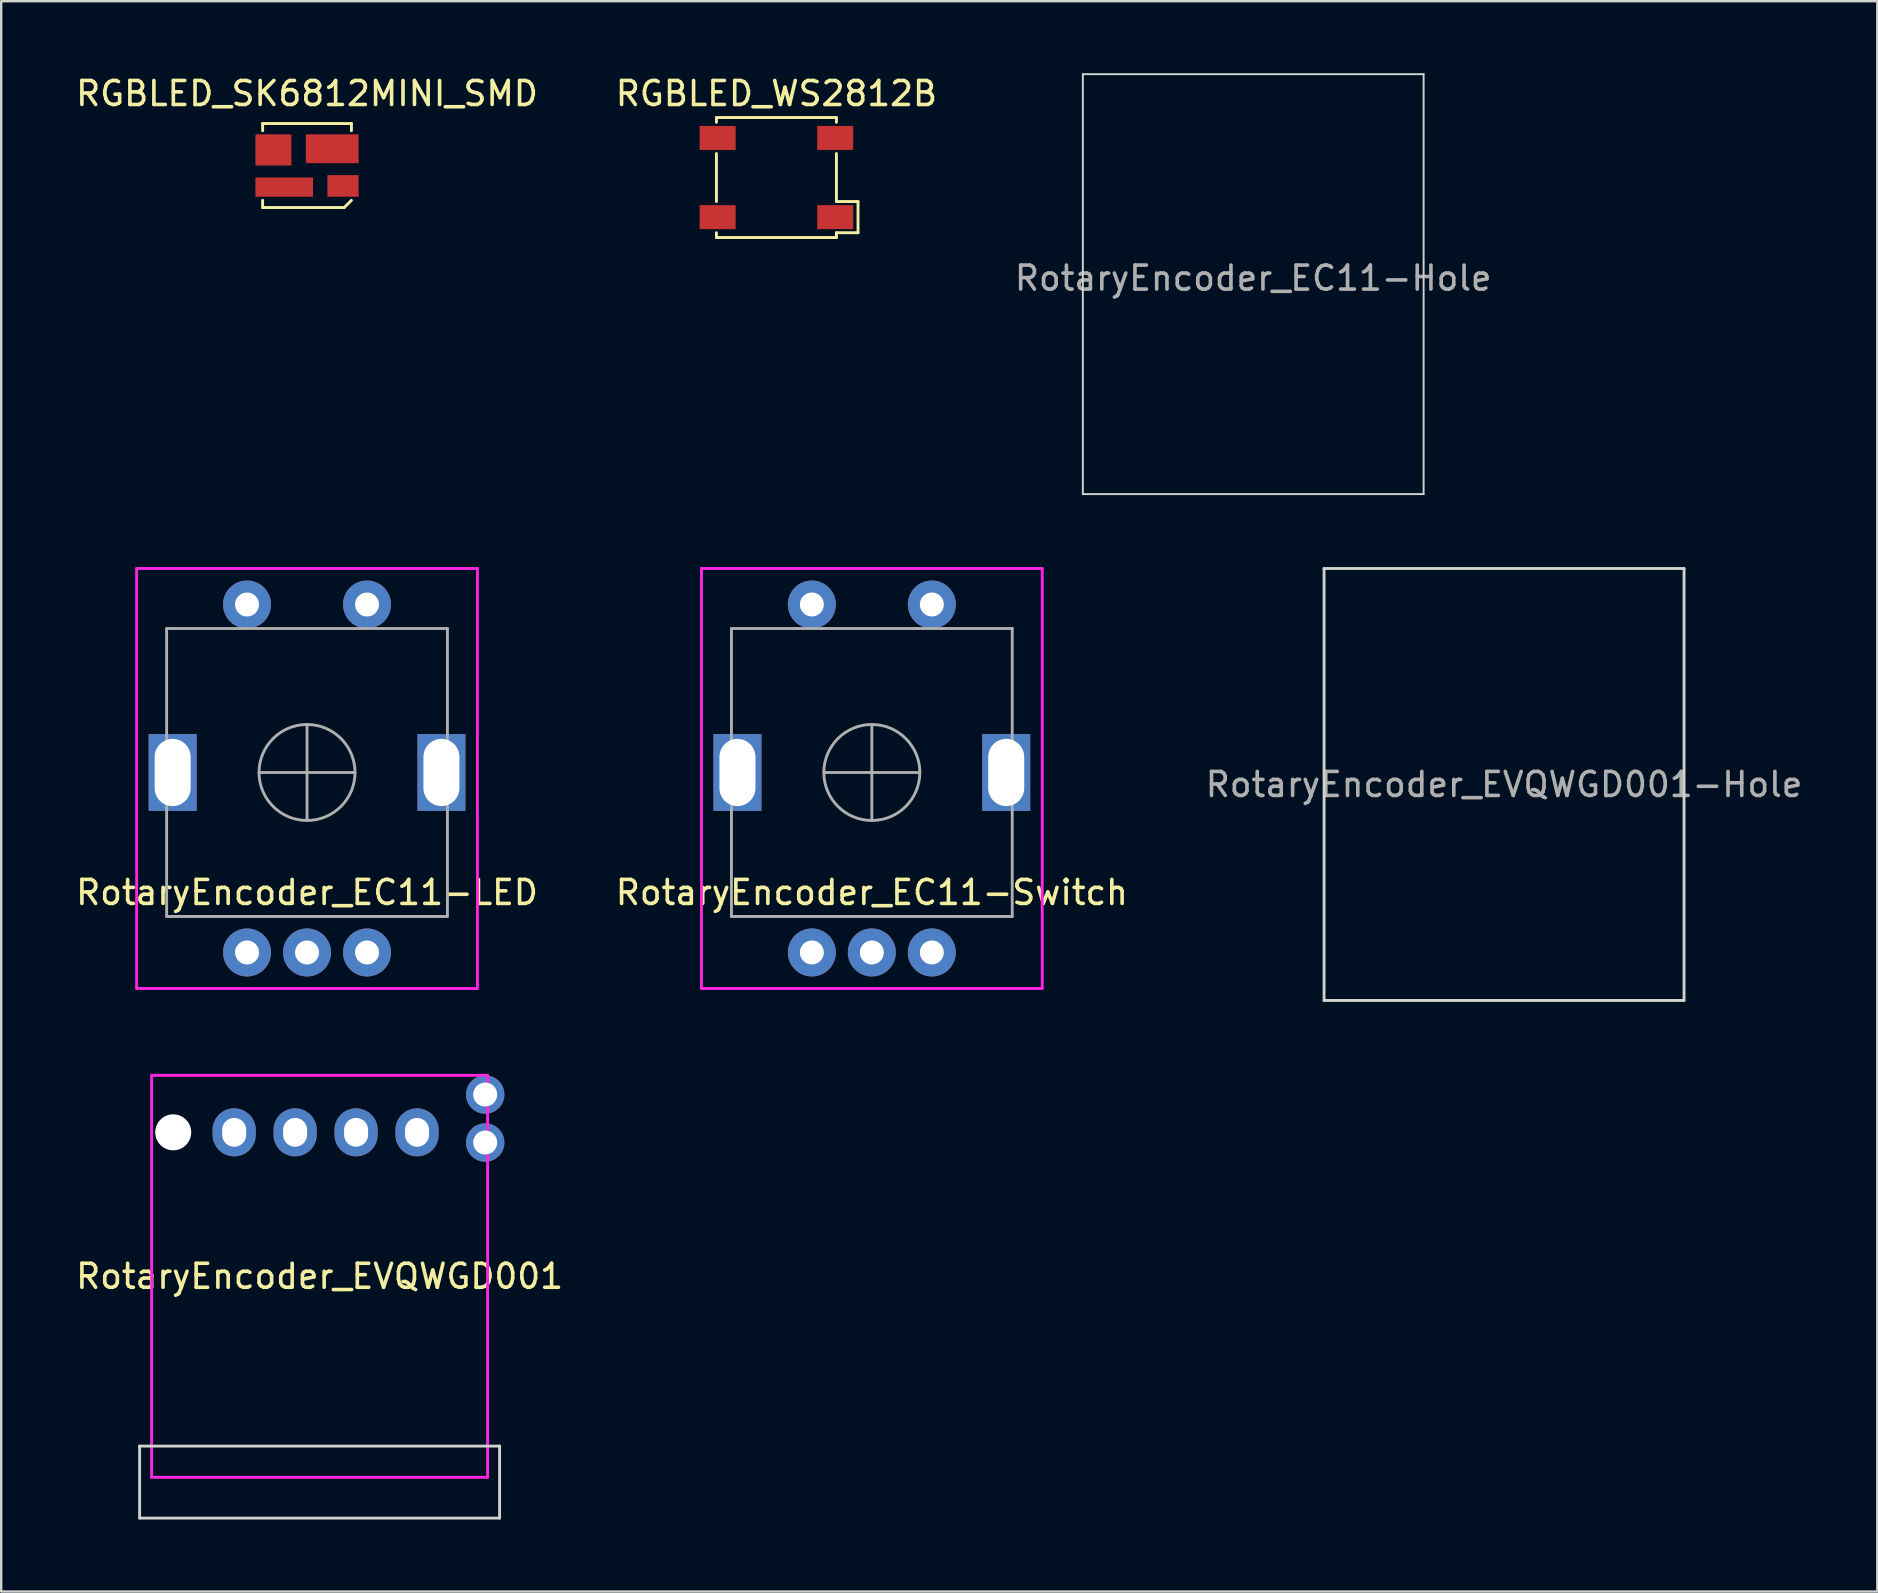
<source format=kicad_pcb>
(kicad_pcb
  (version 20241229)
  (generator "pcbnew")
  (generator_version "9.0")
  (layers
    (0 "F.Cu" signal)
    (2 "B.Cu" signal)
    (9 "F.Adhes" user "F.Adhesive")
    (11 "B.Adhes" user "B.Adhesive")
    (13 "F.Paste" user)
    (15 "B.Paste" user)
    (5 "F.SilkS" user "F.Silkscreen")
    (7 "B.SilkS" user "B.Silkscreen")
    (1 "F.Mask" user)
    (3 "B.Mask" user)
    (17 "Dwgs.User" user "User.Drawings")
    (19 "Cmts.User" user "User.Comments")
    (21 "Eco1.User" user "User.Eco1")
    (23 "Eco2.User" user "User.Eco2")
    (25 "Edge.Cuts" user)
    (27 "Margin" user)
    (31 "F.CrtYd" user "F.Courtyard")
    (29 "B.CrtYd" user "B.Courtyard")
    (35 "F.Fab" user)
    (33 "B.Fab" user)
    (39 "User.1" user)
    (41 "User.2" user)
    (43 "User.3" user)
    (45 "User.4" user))
  (footprint "RotaryEncoder_EC11-Hole"
    (layer "F.Cu")
    (at 49.173 8.54)
    (property "Reference" "RotaryEncoder_EC11-Hole" (at 0 0 0) (layer "F.Fab") (effects (font (size 1 1) (thickness 0.15))))
    (attr through_hole)
    (fp_line (start -7.1 -8.5) (end 7.1 -8.5) (stroke (width 0.08) (type solid)) (layer "Edge.Cuts"))
    (fp_line (start -7.1 9) (end -7.1 -8.5) (stroke (width 0.08) (type solid)) (layer "Edge.Cuts"))
    (fp_line (start 7.1 -8.5) (end 7.1 9) (stroke (width 0.08) (type solid)) (layer "Edge.Cuts"))
    (fp_line (start 7.1 9) (end -7.1 9) (stroke (width 0.08) (type solid)) (layer "Edge.Cuts")))
  (footprint "RGBLED_WS2812B"
    (layer "F.Cu")
    (at 29.304 4.348)
    (property "Reference" "RGBLED_WS2812B" (at 0 -3.5 0) (layer "F.SilkS") (effects (font (size 1 1) (thickness 0.15))))
    (attr smd)
    (fp_line (start -2.5 -2.5) (end -2.5 -2.3) (stroke (width 0.12) (type solid)) (layer "F.SilkS"))
    (fp_line (start -2.5 -2.5) (end 2.5 -2.5) (stroke (width 0.12) (type solid)) (layer "F.SilkS"))
    (fp_line (start -2.5 -1) (end -2.5 1) (stroke (width 0.12) (type solid)) (layer "F.SilkS"))
    (fp_line (start -2.5 2.5) (end -2.5 2.3) (stroke (width 0.12) (type solid)) (layer "F.SilkS"))
    (fp_line (start 2.5 -2.5) (end 2.5 -2.3) (stroke (width 0.12) (type solid)) (layer "F.SilkS"))
    (fp_line (start 2.5 -1) (end 2.5 1) (stroke (width 0.12) (type solid)) (layer "F.SilkS"))
    (fp_line (start 2.5 1) (end 3.4 1) (stroke (width 0.12) (type solid)) (layer "F.SilkS"))
    (fp_line (start 2.5 2.5) (end -2.5 2.5) (stroke (width 0.12) (type solid)) (layer "F.SilkS"))
    (fp_line (start 2.5 2.5) (end 2.5 2.3) (stroke (width 0.12) (type solid)) (layer "F.SilkS"))
    (fp_line (start 3.4 1) (end 3.4 2.3) (stroke (width 0.12) (type solid)) (layer "F.SilkS"))
    (fp_line (start 3.4 2.3) (end 2.5 2.3) (stroke (width 0.12) (type solid)) (layer "F.SilkS"))
    (pad "1" smd rect (at -2.45 -1.65) (size 1.5 1) (layers "F.Cu" "F.Mask" "F.Paste"))
    (pad "2" smd rect (at -2.45 1.65) (size 1.5 1) (layers "F.Cu" "F.Mask" "F.Paste"))
    (pad "3" smd rect (at 2.45 1.65) (size 1.5 1) (layers "F.Cu" "F.Mask" "F.Paste"))
    (pad "4" smd rect (at 2.45 -1.65) (size 1.5 1) (layers "F.Cu" "F.Mask" "F.Paste")))
  (footprint "RotaryEncoder_EC11-Switch"
    (layer "F.Cu")
    (at 33.28 29.14)
    (property "Reference" "RotaryEncoder_EC11-Switch" (at 0 5 0) (layer "F.SilkS") (effects (font (size 1 1) (thickness 0.15))))
    (attr through_hole)
    (fp_line (start -7.1 -8.5) (end 7.1 -8.5) (stroke (width 0.12) (type solid)) (layer "F.CrtYd"))
    (fp_line (start -7.1 9) (end -7.1 -8.5) (stroke (width 0.12) (type solid)) (layer "F.CrtYd"))
    (fp_line (start 7.1 -8.5) (end 7.1 9) (stroke (width 0.12) (type solid)) (layer "F.CrtYd"))
    (fp_line (start 7.1 9) (end -7.1 9) (stroke (width 0.12) (type solid)) (layer "F.CrtYd"))
    (fp_line (start -5.85 -6) (end 5.85 -6) (stroke (width 0.12) (type solid)) (layer "F.Fab"))
    (fp_line (start -5.85 6) (end -5.85 -6) (stroke (width 0.12) (type solid)) (layer "F.Fab"))
    (fp_line (start -2 0) (end 2 0) (stroke (width 0.12) (type solid)) (layer "F.Fab"))
    (fp_line (start 0 -2) (end 0 2) (stroke (width 0.12) (type solid)) (layer "F.Fab"))
    (fp_line (start 5.85 -6) (end 5.85 6) (stroke (width 0.12) (type solid)) (layer "F.Fab"))
    (fp_line (start 5.85 6) (end -5.85 6) (stroke (width 0.12) (type solid)) (layer "F.Fab"))
    (fp_circle (center 0 0) (end 2 0) (stroke (width 0.12) (type solid)) (fill no) (layer "F.Fab"))
    (pad "A" thru_hole circle (at -2.5 7.5) (size 2 2) (drill 1) (layers "*.Cu" "*.Mask"))
    (pad "B" thru_hole circle (at 2.5 7.5) (size 2 2) (drill 1) (layers "*.Cu" "*.Mask"))
    (pad "C" thru_hole circle (at 0 7.5) (size 2 2) (drill 1) (layers "*.Cu" "*.Mask"))
    (pad "MP" thru_hole rect (at -5.6 0) (size 2 3.2) (drill oval 1.5 2.8) (layers "*.Cu" "*.Mask"))
    (pad "MP" thru_hole rect (at 5.6 0) (size 2 3.2) (drill oval 1.5 2.8) (layers "*.Cu" "*.Mask"))
    (pad "S1" thru_hole circle (at -2.5 -7) (size 2 2) (drill 1) (layers "*.Cu" "*.Mask"))
    (pad "S2" thru_hole circle (at 2.5 -7) (size 2 2) (drill 1) (layers "*.Cu" "*.Mask")))
  (footprint "RotaryEncoder_EVQWGD001-Hole"
    (layer "F.Cu")
    (at 59.625 29.64)
    (property "Reference" "RotaryEncoder_EVQWGD001-Hole" (at 0 0 0) (layer "F.Fab") (effects (font (size 1 1) (thickness 0.15))))
    (attr through_hole)
    (fp_line (start -7.5 -9) (end 7.5 -9) (stroke (width 0.12) (type solid)) (layer "Edge.Cuts"))
    (fp_line (start -7.5 9) (end -7.5 -9) (stroke (width 0.12) (type solid)) (layer "Edge.Cuts"))
    (fp_line (start 7.5 -9) (end 7.5 9) (stroke (width 0.12) (type solid)) (layer "Edge.Cuts"))
    (fp_line (start 7.5 9) (end -7.5 9) (stroke (width 0.12) (type solid)) (layer "Edge.Cuts")))
  (footprint "RGBLED_SK6812MINI_SMD"
    (layer "F.Cu")
    (at 9.744 3.848)
    (property "Reference" "RGBLED_SK6812MINI_SMD" (at 0 -3 0) (layer "F.SilkS") (effects (font (size 1 1) (thickness 0.15))))
    (attr smd)
    (fp_line (start -1.85 -1.75) (end -1.85 -1.45) (stroke (width 0.12) (type solid)) (layer "F.SilkS"))
    (fp_line (start -1.85 -1.75) (end 1.85 -1.75) (stroke (width 0.12) (type solid)) (layer "F.SilkS"))
    (fp_line (start -1.85 1.75) (end -1.85 1.45) (stroke (width 0.12) (type solid)) (layer "F.SilkS"))
    (fp_line (start -1.85 1.75) (end 1.55 1.75) (stroke (width 0.12) (type solid)) (layer "F.SilkS"))
    (fp_line (start 1.55 1.75) (end 1.85 1.45) (stroke (width 0.12) (type solid)) (layer "F.SilkS"))
    (fp_line (start 1.85 -1.75) (end 1.85 -1.45) (stroke (width 0.12) (type solid)) (layer "F.SilkS"))
    (pad "1" smd rect (at 1.5 0.85) (size 1.3 0.9) (layers "F.Cu" "F.Mask" "F.Paste"))
    (pad "2" smd rect (at 1.05 -0.7) (size 2.2 1.2) (layers "F.Cu" "F.Mask" "F.Paste"))
    (pad "3" smd rect (at -1.4 -0.65) (size 1.5 1.3) (layers "F.Cu" "F.Mask" "F.Paste"))
    (pad "4" smd rect (at -0.95 0.9) (size 2.4 0.8) (layers "F.Cu" "F.Mask" "F.Paste")))
  (footprint "RotaryEncoder_EVQWGD001"
    (layer "F.Cu")
    (at 10.268 50.135)
    (property "Reference" "RotaryEncoder_EVQWGD001" (at 0 0 0) (layer "F.SilkS") (effects (font (size 1 1) (thickness 0.15))))
    (attr through_hole)
    (fp_line (start -7.5 7.075) (end 7.5 7.075) (stroke (width 0.12) (type solid)) (layer "Edge.Cuts"))
    (fp_line (start -7.5 10.075) (end -7.5 7.075) (stroke (width 0.12) (type solid)) (layer "Edge.Cuts"))
    (fp_line (start 7.5 7.075) (end 7.5 10.075) (stroke (width 0.12) (type solid)) (layer "Edge.Cuts"))
    (fp_line (start 7.5 10.075) (end -7.5 10.075) (stroke (width 0.12) (type solid)) (layer "Edge.Cuts"))
    (fp_line (start -7 -8.375) (end -7 8.375) (stroke (width 0.12) (type solid)) (layer "F.CrtYd"))
    (fp_line (start -7 8.375) (end 7 8.375) (stroke (width 0.12) (type solid)) (layer "F.CrtYd"))
    (fp_line (start 7 -8.375) (end -7 -8.375) (stroke (width 0.12) (type solid)) (layer "F.CrtYd"))
    (fp_line (start 7 8.375) (end 7 -8.375) (stroke (width 0.12) (type solid)) (layer "F.CrtYd"))
    (pad "" np_thru_hole circle (at -6.1 -6) (size 1.5 1.5) (drill 1.5) (layers "*.Cu" "*.Mask"))
    (pad "A" thru_hole oval (at 4.06 -6) (size 1.8 2) (drill oval 1 1.2) (layers "*.Cu" "*.Mask"))
    (pad "B" thru_hole oval (at 1.52 -6) (size 1.8 2) (drill oval 1 1.2) (layers "*.Cu" "*.Mask"))
    (pad "C" thru_hole oval (at -1.02 -6) (size 1.8 2) (drill oval 1 1.2) (layers "*.Cu" "*.Mask"))
    (pad "MP" thru_hole oval (at -3.56 -6) (size 1.8 2) (drill oval 1 1.2) (layers "*.Cu" "*.Mask"))
    (pad "S1" thru_hole circle (at 6.9 -7.575) (size 1.6 1.6) (drill 1) (layers "*.Cu" "*.Mask"))
    (pad "S2" thru_hole circle (at 6.9 -5.575) (size 1.6 1.6) (drill 1) (layers "*.Cu" "*.Mask")))
  (footprint "RotaryEncoder_EC11-LED"
    (layer "F.Cu")
    (at 9.744 29.14)
    (property "Reference" "RotaryEncoder_EC11-LED" (at 0 5 0) (layer "F.SilkS") (effects (font (size 1 1) (thickness 0.15))))
    (attr through_hole)
    (fp_line (start -7.1 -8.5) (end 7.1 -8.5) (stroke (width 0.12) (type solid)) (layer "F.CrtYd"))
    (fp_line (start -7.1 9) (end -7.1 -8.5) (stroke (width 0.12) (type solid)) (layer "F.CrtYd"))
    (fp_line (start 7.1 -8.5) (end 7.1 9) (stroke (width 0.12) (type solid)) (layer "F.CrtYd"))
    (fp_line (start 7.1 9) (end -7.1 9) (stroke (width 0.12) (type solid)) (layer "F.CrtYd"))
    (fp_line (start -5.85 -6) (end 5.85 -6) (stroke (width 0.12) (type solid)) (layer "F.Fab"))
    (fp_line (start -5.85 6) (end -5.85 -6) (stroke (width 0.12) (type solid)) (layer "F.Fab"))
    (fp_line (start -2 0) (end 2 0) (stroke (width 0.12) (type solid)) (layer "F.Fab"))
    (fp_line (start 0 -2) (end 0 2) (stroke (width 0.12) (type solid)) (layer "F.Fab"))
    (fp_line (start 5.85 -6) (end 5.85 6) (stroke (width 0.12) (type solid)) (layer "F.Fab"))
    (fp_line (start 5.85 6) (end -5.85 6) (stroke (width 0.12) (type solid)) (layer "F.Fab"))
    (fp_circle (center 0 0) (end 2 0) (stroke (width 0.12) (type solid)) (fill no) (layer "F.Fab"))
    (pad "+" thru_hole circle (at -2.5 -7) (size 2 2) (drill 1) (layers "*.Cu" "*.Mask"))
    (pad "-" thru_hole circle (at 2.5 -7) (size 2 2) (drill 1) (layers "*.Cu" "*.Mask"))
    (pad "A" thru_hole circle (at -2.5 7.5) (size 2 2) (drill 1) (layers "*.Cu" "*.Mask"))
    (pad "B" thru_hole circle (at 2.5 7.5) (size 2 2) (drill 1) (layers "*.Cu" "*.Mask"))
    (pad "C" thru_hole circle (at 0 7.5) (size 2 2) (drill 1) (layers "*.Cu" "*.Mask"))
    (pad "MP" thru_hole rect (at -5.6 0) (size 2 3.2) (drill oval 1.5 2.8) (layers "*.Cu" "*.Mask"))
    (pad "MP" thru_hole rect (at 5.6 0) (size 2 3.2) (drill oval 1.5 2.8) (layers "*.Cu" "*.Mask")))
  (gr_rect
    (start -3 -3)
    (end 75.179 63.27)
    (stroke (width 0.1) (type default))
    (fill no)
    (layer "Edge.Cuts")))
</source>
